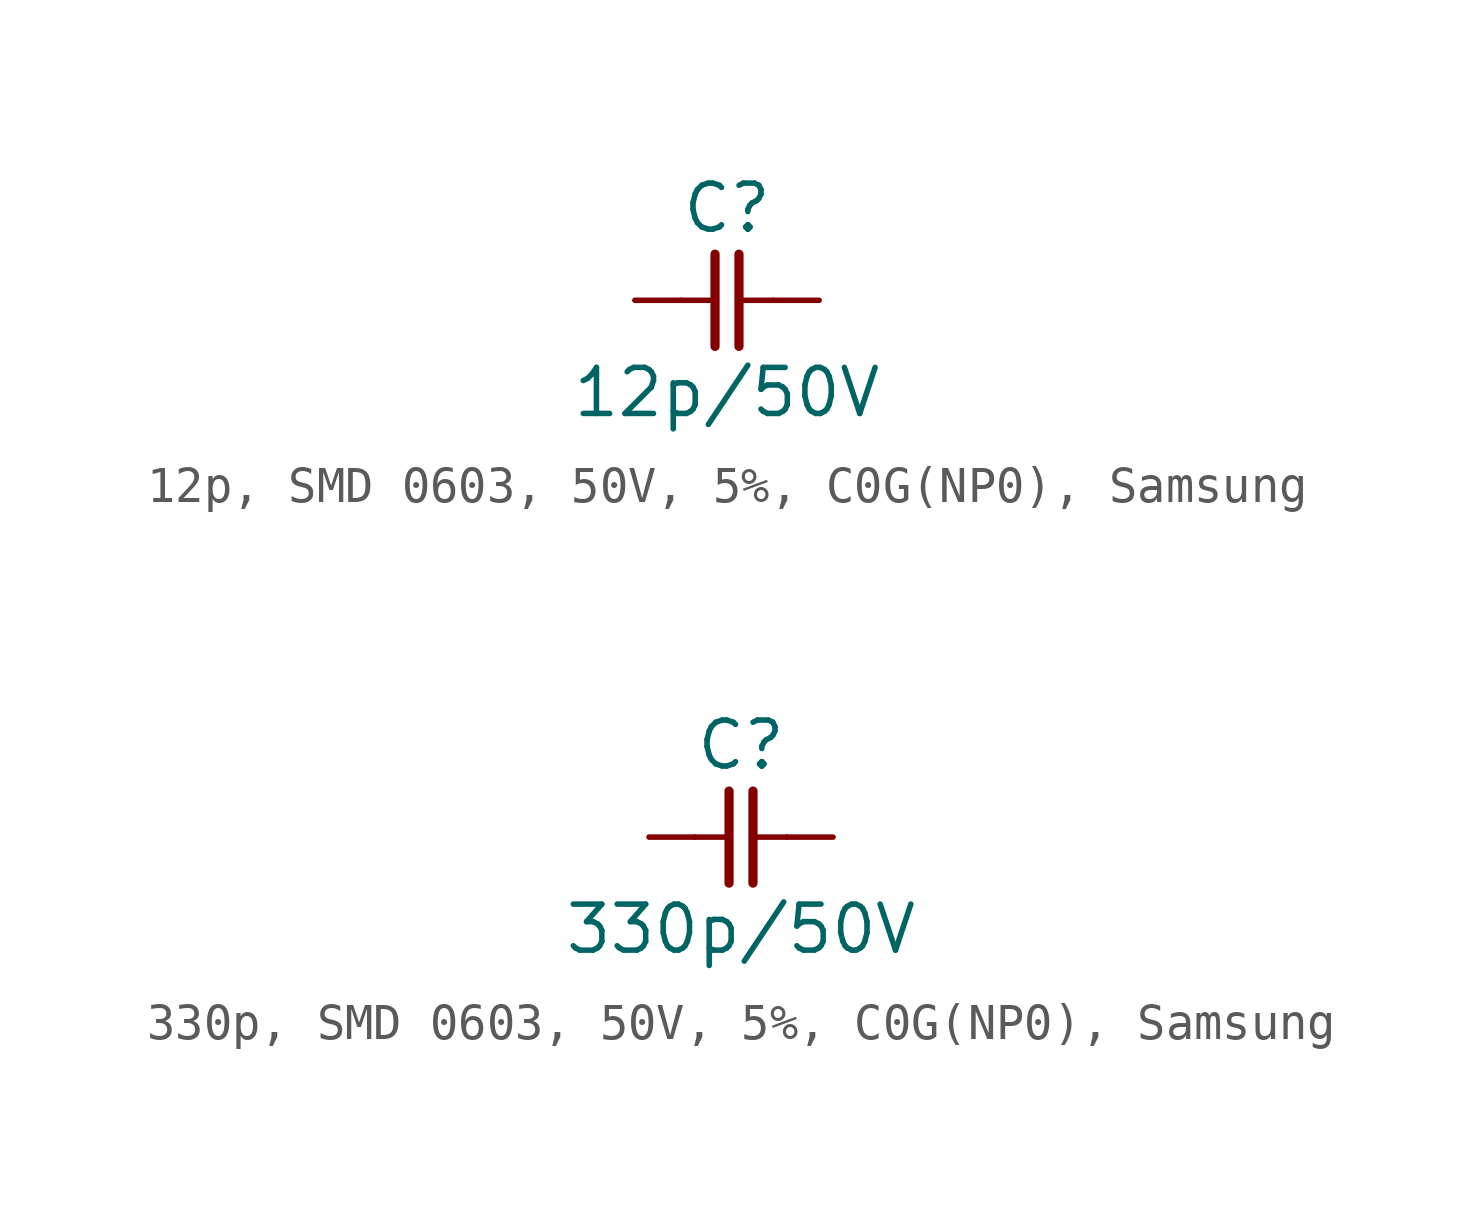
<source format=kicad_sym>
(kicad_symbol_lib
  (version 20241209)
  (generator "kicad_symbol_editor")
  (generator_version "9.0")
  (symbol "12p, SMD 0603, 50V, 5%, C0G(NP0), Samsung"
    (pin_numbers
      (hide yes))
    (pin_names
      (offset 0)
      (hide yes))
    (property "Reference" "C"
      (at 0 2.54 0)
      (effects (font (size 1.27 1.27))))
    (property "Value" "12p/50V"
      (at 0 -2.54 0)
      (effects (font (size 1.27 1.27))))
    (symbol "12p, SMD 0603, 50V, 5%, C0G(NP0), Samsung_0_1"
      (polyline (pts (xy -0.33 1.27) (xy -0.33 -1.27)) (stroke (width 0.254) (type default)) (fill (type none)))
      (polyline (pts (xy -0.318 0) (xy -1.27 0)) (stroke (width 0) (type default)) (fill (type none)))
      (polyline (pts (xy 0.33 1.27) (xy 0.33 -1.27)) (stroke (width 0.254) (type default)) (fill (type none)))
      (polyline (pts (xy 1.27 0) (xy 0.318 0)) (stroke (width 0) (type default)) (fill (type none))))
    (symbol "12p, SMD 0603, 50V, 5%, C0G(NP0), Samsung_1_1"
      (pin passive line (at -2.54 0 0) (length 1.27) (name "1" (effects (font (size 1.27 1.27)))) (number "1" (effects (font (size 1.27 1.27)))))
      (pin passive line (at 2.54 0 180) (length 1.27) (name "2" (effects (font (size 1.27 1.27)))) (number "2" (effects (font (size 1.27 1.27)))))))
  (symbol "330p, SMD 0603, 50V, 5%, C0G(NP0), Samsung"
    (pin_numbers
      (hide yes))
    (pin_names
      (offset 0)
      (hide yes))
    (property "Reference" "C"
      (at 0 2.54 0)
      (effects (font (size 1.27 1.27))))
    (property "Value" "330p/50V"
      (at 0 -2.54 0)
      (effects (font (size 1.27 1.27))))
    (symbol "330p, SMD 0603, 50V, 5%, C0G(NP0), Samsung_0_1"
      (polyline (pts (xy -0.33 1.27) (xy -0.33 -1.27)) (stroke (width 0.254) (type default)) (fill (type none)))
      (polyline (pts (xy -0.318 0) (xy -1.27 0)) (stroke (width 0) (type default)) (fill (type none)))
      (polyline (pts (xy 0.33 1.27) (xy 0.33 -1.27)) (stroke (width 0.254) (type default)) (fill (type none)))
      (polyline (pts (xy 1.27 0) (xy 0.318 0)) (stroke (width 0) (type default)) (fill (type none))))
    (symbol "330p, SMD 0603, 50V, 5%, C0G(NP0), Samsung_1_1"
      (pin passive line (at -2.54 0 0) (length 1.27) (name "1" (effects (font (size 1.27 1.27)))) (number "1" (effects (font (size 1.27 1.27)))))
      (pin passive line (at 2.54 0 180) (length 1.27) (name "2" (effects (font (size 1.27 1.27)))) (number "2" (effects (font (size 1.27 1.27))))))))
</source>
